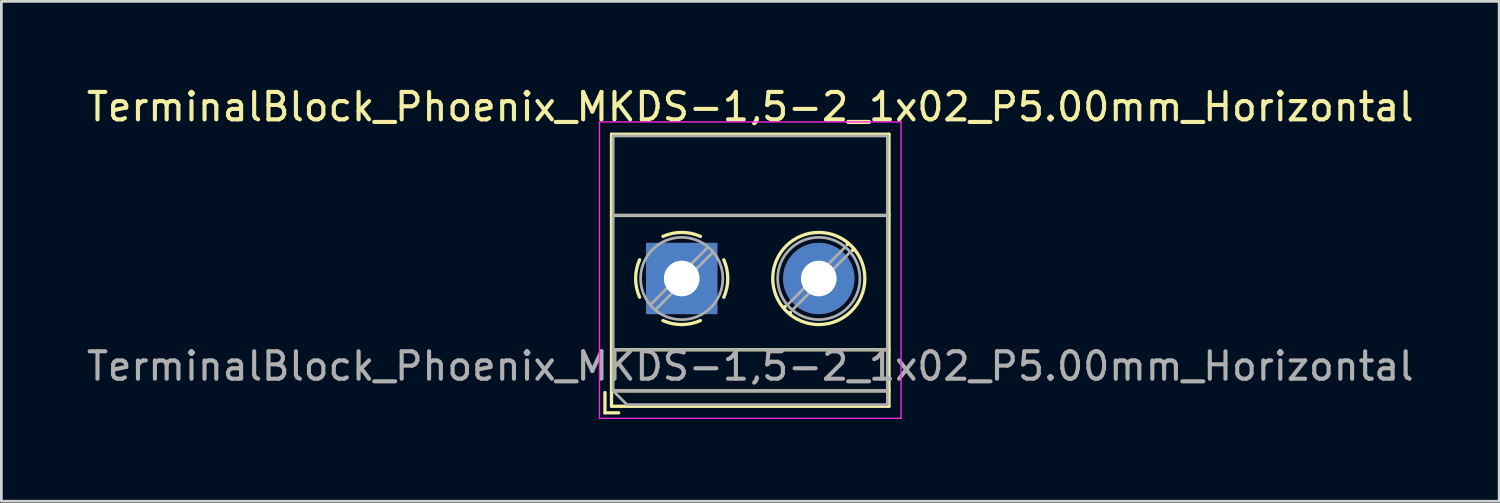
<source format=kicad_pcb>
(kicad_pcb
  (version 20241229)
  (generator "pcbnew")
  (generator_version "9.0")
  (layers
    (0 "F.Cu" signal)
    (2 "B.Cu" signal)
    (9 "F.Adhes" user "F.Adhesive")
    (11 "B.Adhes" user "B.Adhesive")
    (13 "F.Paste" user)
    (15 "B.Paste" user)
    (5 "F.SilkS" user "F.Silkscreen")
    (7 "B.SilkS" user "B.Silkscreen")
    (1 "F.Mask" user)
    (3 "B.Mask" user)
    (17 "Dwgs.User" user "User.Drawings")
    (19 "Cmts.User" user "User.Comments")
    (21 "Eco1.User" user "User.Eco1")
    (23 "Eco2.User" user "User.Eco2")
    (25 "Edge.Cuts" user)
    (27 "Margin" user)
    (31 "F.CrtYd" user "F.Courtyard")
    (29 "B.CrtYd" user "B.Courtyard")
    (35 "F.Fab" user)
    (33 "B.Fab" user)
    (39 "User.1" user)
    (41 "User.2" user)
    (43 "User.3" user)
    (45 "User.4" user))
  (footprint "TerminalBlock_Phoenix_MKDS-1,5-2_1x02_P5.00mm_Horizontal"
    (layer "F.Cu")
    (at 21.815 7.108)
    (property "Reference" "TerminalBlock_Phoenix_MKDS-1,5-2_1x02_P5.00mm_Horizontal" (at 2.5 -6.26 0) (layer "F.SilkS") (effects (font (size 1 1) (thickness 0.15))))
    (attr through_hole)
    (fp_line (start -2.8 4.16) (end -2.8 4.9) (stroke (width 0.12) (type solid)) (layer "F.SilkS"))
    (fp_line (start -2.8 4.9) (end -2.3 4.9) (stroke (width 0.12) (type solid)) (layer "F.SilkS"))
    (fp_line (start -2.56 -5.261) (end -2.56 4.66) (stroke (width 0.12) (type solid)) (layer "F.SilkS"))
    (fp_line (start -2.56 -5.261) (end 7.56 -5.261) (stroke (width 0.12) (type solid)) (layer "F.SilkS"))
    (fp_line (start -2.56 -2.301) (end 7.56 -2.301) (stroke (width 0.12) (type solid)) (layer "F.SilkS"))
    (fp_line (start -2.56 2.6) (end 7.56 2.6) (stroke (width 0.12) (type solid)) (layer "F.SilkS"))
    (fp_line (start -2.56 4.1) (end 7.56 4.1) (stroke (width 0.12) (type solid)) (layer "F.SilkS"))
    (fp_line (start -2.56 4.66) (end 7.56 4.66) (stroke (width 0.12) (type solid)) (layer "F.SilkS"))
    (fp_line (start 3.773 1.023) (end 3.726 1.069) (stroke (width 0.12) (type solid)) (layer "F.SilkS"))
    (fp_line (start 3.966 1.239) (end 3.931 1.274) (stroke (width 0.12) (type solid)) (layer "F.SilkS"))
    (fp_line (start 6.07 -1.275) (end 6.035 -1.239) (stroke (width 0.12) (type solid)) (layer "F.SilkS"))
    (fp_line (start 6.275 -1.069) (end 6.228 -1.023) (stroke (width 0.12) (type solid)) (layer "F.SilkS"))
    (fp_line (start 7.56 -5.261) (end 7.56 4.66) (stroke (width 0.12) (type solid)) (layer "F.SilkS"))
    (fp_arc (start -1.535427 0.683042) (mid -1.680501 -0.000524) (end -1.535 -0.684) (stroke (width 0.12) (type solid)) (layer "F.SilkS"))
    (fp_arc (start -0.683042 -1.535427) (mid 0.000524 -1.680501) (end 0.684 -1.535) (stroke (width 0.12) (type solid)) (layer "F.SilkS"))
    (fp_arc (start 0.028805 1.680253) (mid -0.335551 1.646659) (end -0.684 1.535) (stroke (width 0.12) (type solid)) (layer "F.SilkS"))
    (fp_arc (start 0.683318 1.534756) (mid 0.349292 1.643288) (end 0 1.68) (stroke (width 0.12) (type solid)) (layer "F.SilkS"))
    (fp_arc (start 1.535427 -0.683042) (mid 1.680501 0.000524) (end 1.535 0.684) (stroke (width 0.12) (type solid)) (layer "F.SilkS"))
    (fp_circle (center 5 0) (end 6.68 0) (stroke (width 0.12) (type solid)) (fill no) (layer "F.SilkS"))
    (fp_line (start -3 -5.71) (end -3 5.1) (stroke (width 0.05) (type solid)) (layer "F.CrtYd"))
    (fp_line (start -3 5.1) (end 8 5.1) (stroke (width 0.05) (type solid)) (layer "F.CrtYd"))
    (fp_line (start 8 -5.71) (end -3 -5.71) (stroke (width 0.05) (type solid)) (layer "F.CrtYd"))
    (fp_line (start 8 5.1) (end 8 -5.71) (stroke (width 0.05) (type solid)) (layer "F.CrtYd"))
    (fp_line (start -2.5 -5.2) (end 7.5 -5.2) (stroke (width 0.1) (type solid)) (layer "F.Fab"))
    (fp_line (start -2.5 -2.3) (end 7.5 -2.3) (stroke (width 0.1) (type solid)) (layer "F.Fab"))
    (fp_line (start -2.5 2.6) (end 7.5 2.6) (stroke (width 0.1) (type solid)) (layer "F.Fab"))
    (fp_line (start -2.5 4.1) (end -2.5 -5.2) (stroke (width 0.1) (type solid)) (layer "F.Fab"))
    (fp_line (start -2.5 4.1) (end 7.5 4.1) (stroke (width 0.1) (type solid)) (layer "F.Fab"))
    (fp_line (start -2 4.6) (end -2.5 4.1) (stroke (width 0.1) (type solid)) (layer "F.Fab"))
    (fp_line (start 0.955 -1.138) (end -1.138 0.955) (stroke (width 0.1) (type solid)) (layer "F.Fab"))
    (fp_line (start 1.138 -0.955) (end -0.955 1.138) (stroke (width 0.1) (type solid)) (layer "F.Fab"))
    (fp_line (start 5.955 -1.138) (end 3.863 0.955) (stroke (width 0.1) (type solid)) (layer "F.Fab"))
    (fp_line (start 6.138 -0.955) (end 4.046 1.138) (stroke (width 0.1) (type solid)) (layer "F.Fab"))
    (fp_line (start 7.5 -5.2) (end 7.5 4.6) (stroke (width 0.1) (type solid)) (layer "F.Fab"))
    (fp_line (start 7.5 4.6) (end -2 4.6) (stroke (width 0.1) (type solid)) (layer "F.Fab"))
    (fp_circle (center 0 0) (end 1.5 0) (stroke (width 0.1) (type solid)) (fill no) (layer "F.Fab"))
    (fp_circle (center 5 0) (end 6.5 0) (stroke (width 0.1) (type solid)) (fill no) (layer "F.Fab"))
    (fp_text user "${REFERENCE}" (at 2.5 3.2 0) (layer "F.Fab") (effects (font (size 1 1) (thickness 0.15))))
    (pad "1" thru_hole rect (at 0 0) (size 2.6 2.6) (drill 1.3) (layers "*.Cu" "*.Mask"))
    (pad "2" thru_hole circle (at 5 0) (size 2.6 2.6) (drill 1.3) (layers "*.Cu" "*.Mask")))
  (gr_rect
    (start -3 -3)
    (end 51.631 15.233)
    (stroke (width 0.1) (type default))
    (fill no)
    (layer "Edge.Cuts")))
</source>
